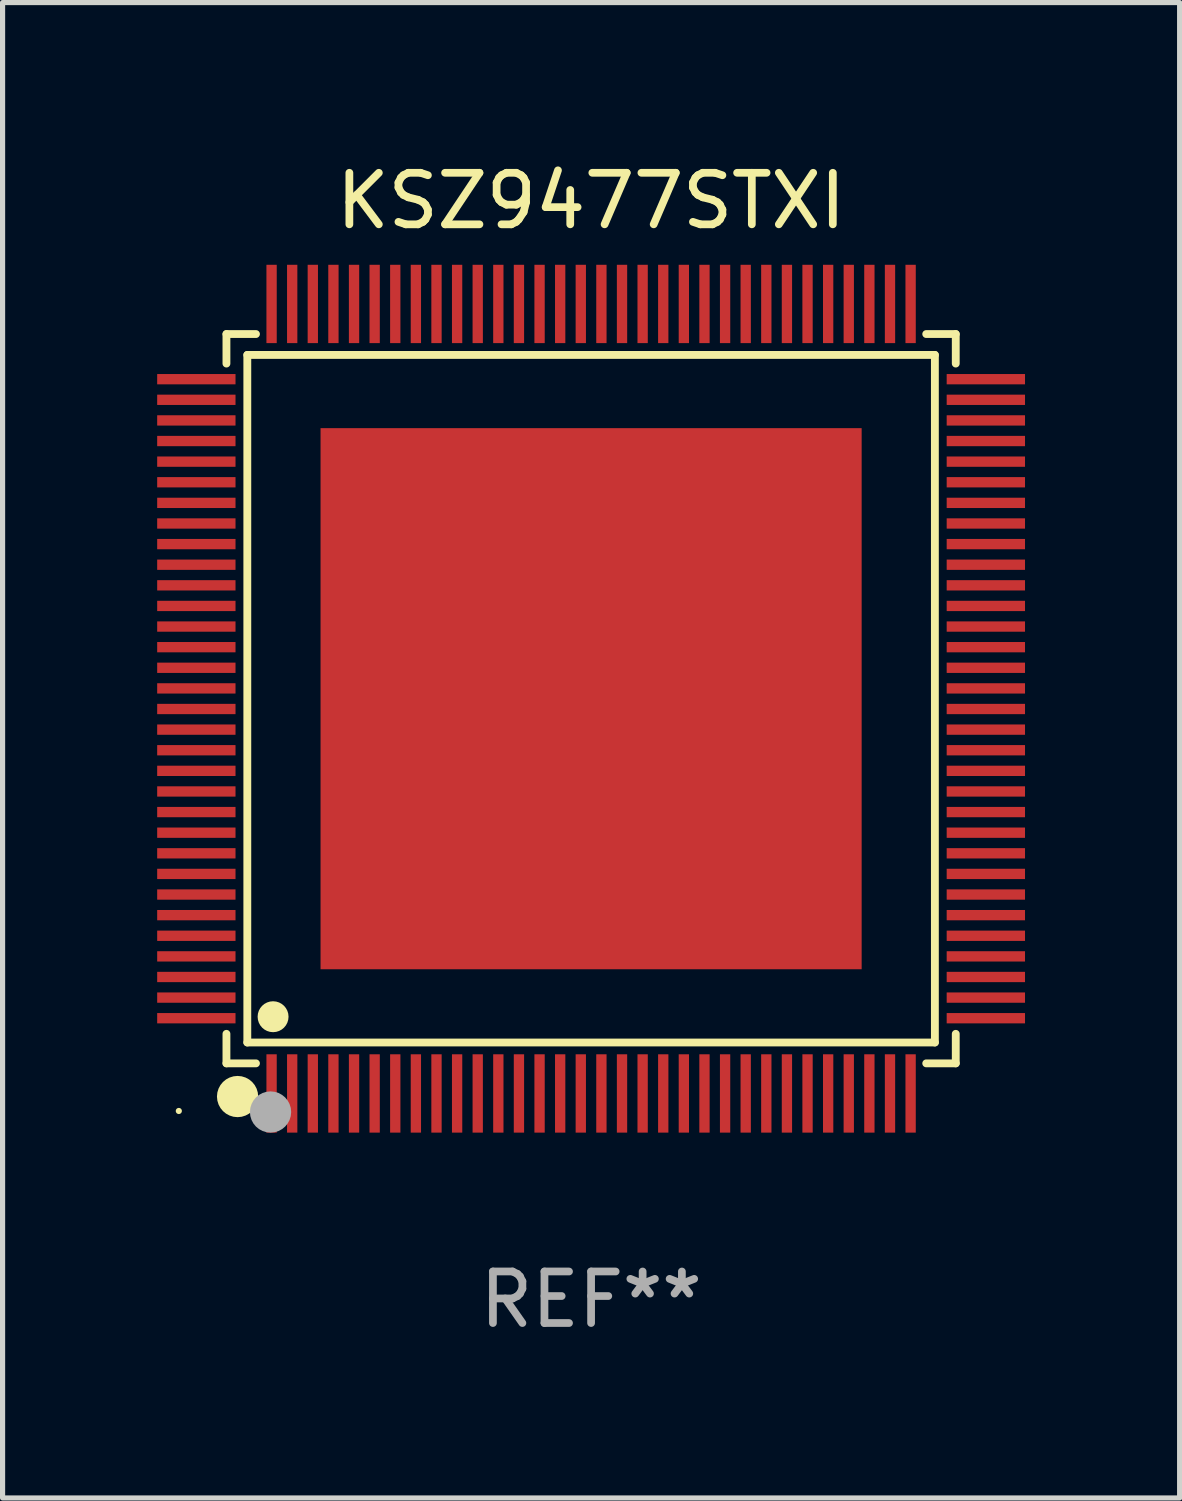
<source format=kicad_pcb>
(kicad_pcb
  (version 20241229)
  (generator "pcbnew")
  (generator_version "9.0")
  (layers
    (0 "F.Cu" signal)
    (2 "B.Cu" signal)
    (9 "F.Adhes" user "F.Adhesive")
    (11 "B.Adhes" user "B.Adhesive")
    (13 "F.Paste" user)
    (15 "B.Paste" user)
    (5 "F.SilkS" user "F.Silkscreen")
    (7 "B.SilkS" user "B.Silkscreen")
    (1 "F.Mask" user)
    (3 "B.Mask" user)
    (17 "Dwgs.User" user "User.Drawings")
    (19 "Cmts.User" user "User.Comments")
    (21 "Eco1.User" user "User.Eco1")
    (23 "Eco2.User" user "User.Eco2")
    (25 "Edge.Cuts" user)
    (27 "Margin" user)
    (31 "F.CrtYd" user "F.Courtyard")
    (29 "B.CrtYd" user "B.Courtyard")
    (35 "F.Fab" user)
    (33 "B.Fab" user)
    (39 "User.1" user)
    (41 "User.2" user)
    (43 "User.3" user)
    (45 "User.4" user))
  (footprint "KSZ9477STXI"
    (layer "F.Cu")
    (at 8.42 10.508)
    (property "Reference" "KSZ9477STXI" (at 0 -9.66 0) (layer "F.SilkS") (effects (font (size 1 1) (thickness 0.15))))
    (attr through_hole)
    (fp_line (start -7.076 -7.076) (end -6.503 -7.076) (stroke (width 0.152) (type solid)) (layer "F.SilkS"))
    (fp_line (start -7.076 -6.503) (end -7.076 -7.076) (stroke (width 0.152) (type solid)) (layer "F.SilkS"))
    (fp_line (start -7.076 6.503) (end -7.076 7.076) (stroke (width 0.152) (type solid)) (layer "F.SilkS"))
    (fp_line (start -7.076 7.076) (end -6.503 7.076) (stroke (width 0.152) (type solid)) (layer "F.SilkS"))
    (fp_line (start -6.671 -6.671) (end 6.671 -6.671) (stroke (width 0.152) (type solid)) (layer "F.SilkS"))
    (fp_line (start -6.671 6.671) (end -6.671 -6.671) (stroke (width 0.152) (type solid)) (layer "F.SilkS"))
    (fp_line (start 6.671 -6.671) (end 6.671 6.671) (stroke (width 0.152) (type solid)) (layer "F.SilkS"))
    (fp_line (start 6.671 6.671) (end -6.671 6.671) (stroke (width 0.152) (type solid)) (layer "F.SilkS"))
    (fp_line (start 7.076 -7.076) (end 6.503 -7.076) (stroke (width 0.152) (type solid)) (layer "F.SilkS"))
    (fp_line (start 7.076 -6.503) (end 7.076 -7.076) (stroke (width 0.152) (type solid)) (layer "F.SilkS"))
    (fp_line (start 7.076 6.503) (end 7.076 7.076) (stroke (width 0.152) (type solid)) (layer "F.SilkS"))
    (fp_line (start 7.076 7.076) (end 6.503 7.076) (stroke (width 0.152) (type solid)) (layer "F.SilkS"))
    (fp_circle (center -8 8) (end -7.97 8) (stroke (width 0.06) (type solid)) (fill no) (layer "F.SilkS"))
    (fp_circle (center -6.86 7.72) (end -6.66 7.72) (stroke (width 0.4) (type solid)) (fill no) (layer "F.SilkS"))
    (fp_circle (center -6.171 6.171) (end -6.021 6.171) (stroke (width 0.3) (type solid)) (fill no) (layer "F.SilkS"))
    (fp_circle (center -6.22 8.02) (end -6.02 8.02) (stroke (width 0.4) (type solid)) (fill no) (layer "F.Fab"))
    (fp_text user "REF**" (at 0 11.66 0) (layer "F.Fab") (effects (font (size 1 1) (thickness 0.15))))
    (pad "1" smd rect (at -6.2 7.66) (size 0.2 1.52) (layers "F.Cu" "F.Mask" "F.Paste"))
    (pad "2" smd rect (at -5.8 7.66) (size 0.2 1.52) (layers "F.Cu" "F.Mask" "F.Paste"))
    (pad "3" smd rect (at -5.4 7.66) (size 0.2 1.52) (layers "F.Cu" "F.Mask" "F.Paste"))
    (pad "4" smd rect (at -5 7.66) (size 0.2 1.52) (layers "F.Cu" "F.Mask" "F.Paste"))
    (pad "5" smd rect (at -4.6 7.66) (size 0.2 1.52) (layers "F.Cu" "F.Mask" "F.Paste"))
    (pad "6" smd rect (at -4.2 7.66) (size 0.2 1.52) (layers "F.Cu" "F.Mask" "F.Paste"))
    (pad "7" smd rect (at -3.8 7.66) (size 0.2 1.52) (layers "F.Cu" "F.Mask" "F.Paste"))
    (pad "8" smd rect (at -3.4 7.66) (size 0.2 1.52) (layers "F.Cu" "F.Mask" "F.Paste"))
    (pad "9" smd rect (at -3 7.66) (size 0.2 1.52) (layers "F.Cu" "F.Mask" "F.Paste"))
    (pad "10" smd rect (at -2.6 7.66) (size 0.2 1.52) (layers "F.Cu" "F.Mask" "F.Paste"))
    (pad "11" smd rect (at -2.2 7.66) (size 0.2 1.52) (layers "F.Cu" "F.Mask" "F.Paste"))
    (pad "12" smd rect (at -1.8 7.66) (size 0.2 1.52) (layers "F.Cu" "F.Mask" "F.Paste"))
    (pad "13" smd rect (at -1.4 7.66) (size 0.2 1.52) (layers "F.Cu" "F.Mask" "F.Paste"))
    (pad "14" smd rect (at -1 7.66) (size 0.2 1.52) (layers "F.Cu" "F.Mask" "F.Paste"))
    (pad "15" smd rect (at -0.6 7.66) (size 0.2 1.52) (layers "F.Cu" "F.Mask" "F.Paste"))
    (pad "16" smd rect (at -0.2 7.66) (size 0.2 1.52) (layers "F.Cu" "F.Mask" "F.Paste"))
    (pad "17" smd rect (at 0.2 7.66) (size 0.2 1.52) (layers "F.Cu" "F.Mask" "F.Paste"))
    (pad "18" smd rect (at 0.6 7.66) (size 0.2 1.52) (layers "F.Cu" "F.Mask" "F.Paste"))
    (pad "19" smd rect (at 1 7.66) (size 0.2 1.52) (layers "F.Cu" "F.Mask" "F.Paste"))
    (pad "20" smd rect (at 1.4 7.66) (size 0.2 1.52) (layers "F.Cu" "F.Mask" "F.Paste"))
    (pad "21" smd rect (at 1.8 7.66) (size 0.2 1.52) (layers "F.Cu" "F.Mask" "F.Paste"))
    (pad "22" smd rect (at 2.2 7.66) (size 0.2 1.52) (layers "F.Cu" "F.Mask" "F.Paste"))
    (pad "23" smd rect (at 2.6 7.66) (size 0.2 1.52) (layers "F.Cu" "F.Mask" "F.Paste"))
    (pad "24" smd rect (at 3 7.66) (size 0.2 1.52) (layers "F.Cu" "F.Mask" "F.Paste"))
    (pad "25" smd rect (at 3.4 7.66) (size 0.2 1.52) (layers "F.Cu" "F.Mask" "F.Paste"))
    (pad "26" smd rect (at 3.8 7.66) (size 0.2 1.52) (layers "F.Cu" "F.Mask" "F.Paste"))
    (pad "27" smd rect (at 4.2 7.66) (size 0.2 1.52) (layers "F.Cu" "F.Mask" "F.Paste"))
    (pad "28" smd rect (at 4.6 7.66) (size 0.2 1.52) (layers "F.Cu" "F.Mask" "F.Paste"))
    (pad "29" smd rect (at 5 7.66) (size 0.2 1.52) (layers "F.Cu" "F.Mask" "F.Paste"))
    (pad "30" smd rect (at 5.4 7.66) (size 0.2 1.52) (layers "F.Cu" "F.Mask" "F.Paste"))
    (pad "31" smd rect (at 5.8 7.66) (size 0.2 1.52) (layers "F.Cu" "F.Mask" "F.Paste"))
    (pad "32" smd rect (at 6.2 7.66) (size 0.2 1.52) (layers "F.Cu" "F.Mask" "F.Paste"))
    (pad "33" smd rect (at 7.66 6.2) (size 1.52 0.2) (layers "F.Cu" "F.Mask" "F.Paste"))
    (pad "34" smd rect (at 7.66 5.8) (size 1.52 0.2) (layers "F.Cu" "F.Mask" "F.Paste"))
    (pad "35" smd rect (at 7.66 5.4) (size 1.52 0.2) (layers "F.Cu" "F.Mask" "F.Paste"))
    (pad "36" smd rect (at 7.66 5) (size 1.52 0.2) (layers "F.Cu" "F.Mask" "F.Paste"))
    (pad "37" smd rect (at 7.66 4.6) (size 1.52 0.2) (layers "F.Cu" "F.Mask" "F.Paste"))
    (pad "38" smd rect (at 7.66 4.2) (size 1.52 0.2) (layers "F.Cu" "F.Mask" "F.Paste"))
    (pad "39" smd rect (at 7.66 3.8) (size 1.52 0.2) (layers "F.Cu" "F.Mask" "F.Paste"))
    (pad "40" smd rect (at 7.66 3.4) (size 1.52 0.2) (layers "F.Cu" "F.Mask" "F.Paste"))
    (pad "41" smd rect (at 7.66 3) (size 1.52 0.2) (layers "F.Cu" "F.Mask" "F.Paste"))
    (pad "42" smd rect (at 7.66 2.6) (size 1.52 0.2) (layers "F.Cu" "F.Mask" "F.Paste"))
    (pad "43" smd rect (at 7.66 2.2) (size 1.52 0.2) (layers "F.Cu" "F.Mask" "F.Paste"))
    (pad "44" smd rect (at 7.66 1.8) (size 1.52 0.2) (layers "F.Cu" "F.Mask" "F.Paste"))
    (pad "45" smd rect (at 7.66 1.4) (size 1.52 0.2) (layers "F.Cu" "F.Mask" "F.Paste"))
    (pad "46" smd rect (at 7.66 1) (size 1.52 0.2) (layers "F.Cu" "F.Mask" "F.Paste"))
    (pad "47" smd rect (at 7.66 0.6) (size 1.52 0.2) (layers "F.Cu" "F.Mask" "F.Paste"))
    (pad "48" smd rect (at 7.66 0.2) (size 1.52 0.2) (layers "F.Cu" "F.Mask" "F.Paste"))
    (pad "49" smd rect (at 7.66 -0.2) (size 1.52 0.2) (layers "F.Cu" "F.Mask" "F.Paste"))
    (pad "50" smd rect (at 7.66 -0.6) (size 1.52 0.2) (layers "F.Cu" "F.Mask" "F.Paste"))
    (pad "51" smd rect (at 7.66 -1) (size 1.52 0.2) (layers "F.Cu" "F.Mask" "F.Paste"))
    (pad "52" smd rect (at 7.66 -1.4) (size 1.52 0.2) (layers "F.Cu" "F.Mask" "F.Paste"))
    (pad "53" smd rect (at 7.66 -1.8) (size 1.52 0.2) (layers "F.Cu" "F.Mask" "F.Paste"))
    (pad "54" smd rect (at 7.66 -2.2) (size 1.52 0.2) (layers "F.Cu" "F.Mask" "F.Paste"))
    (pad "55" smd rect (at 7.66 -2.6) (size 1.52 0.2) (layers "F.Cu" "F.Mask" "F.Paste"))
    (pad "56" smd rect (at 7.66 -3) (size 1.52 0.2) (layers "F.Cu" "F.Mask" "F.Paste"))
    (pad "57" smd rect (at 7.66 -3.4) (size 1.52 0.2) (layers "F.Cu" "F.Mask" "F.Paste"))
    (pad "58" smd rect (at 7.66 -3.8) (size 1.52 0.2) (layers "F.Cu" "F.Mask" "F.Paste"))
    (pad "59" smd rect (at 7.66 -4.2) (size 1.52 0.2) (layers "F.Cu" "F.Mask" "F.Paste"))
    (pad "60" smd rect (at 7.66 -4.6) (size 1.52 0.2) (layers "F.Cu" "F.Mask" "F.Paste"))
    (pad "61" smd rect (at 7.66 -5) (size 1.52 0.2) (layers "F.Cu" "F.Mask" "F.Paste"))
    (pad "62" smd rect (at 7.66 -5.4) (size 1.52 0.2) (layers "F.Cu" "F.Mask" "F.Paste"))
    (pad "63" smd rect (at 7.66 -5.8) (size 1.52 0.2) (layers "F.Cu" "F.Mask" "F.Paste"))
    (pad "64" smd rect (at 7.66 -6.2) (size 1.52 0.2) (layers "F.Cu" "F.Mask" "F.Paste"))
    (pad "65" smd rect (at 6.2 -7.66) (size 0.2 1.52) (layers "F.Cu" "F.Mask" "F.Paste"))
    (pad "66" smd rect (at 5.8 -7.66) (size 0.2 1.52) (layers "F.Cu" "F.Mask" "F.Paste"))
    (pad "67" smd rect (at 5.4 -7.66) (size 0.2 1.52) (layers "F.Cu" "F.Mask" "F.Paste"))
    (pad "68" smd rect (at 5 -7.66) (size 0.2 1.52) (layers "F.Cu" "F.Mask" "F.Paste"))
    (pad "69" smd rect (at 4.6 -7.66) (size 0.2 1.52) (layers "F.Cu" "F.Mask" "F.Paste"))
    (pad "70" smd rect (at 4.2 -7.66) (size 0.2 1.52) (layers "F.Cu" "F.Mask" "F.Paste"))
    (pad "71" smd rect (at 3.8 -7.66) (size 0.2 1.52) (layers "F.Cu" "F.Mask" "F.Paste"))
    (pad "72" smd rect (at 3.4 -7.66) (size 0.2 1.52) (layers "F.Cu" "F.Mask" "F.Paste"))
    (pad "73" smd rect (at 3 -7.66) (size 0.2 1.52) (layers "F.Cu" "F.Mask" "F.Paste"))
    (pad "74" smd rect (at 2.6 -7.66) (size 0.2 1.52) (layers "F.Cu" "F.Mask" "F.Paste"))
    (pad "75" smd rect (at 2.2 -7.66) (size 0.2 1.52) (layers "F.Cu" "F.Mask" "F.Paste"))
    (pad "76" smd rect (at 1.8 -7.66) (size 0.2 1.52) (layers "F.Cu" "F.Mask" "F.Paste"))
    (pad "77" smd rect (at 1.4 -7.66) (size 0.2 1.52) (layers "F.Cu" "F.Mask" "F.Paste"))
    (pad "78" smd rect (at 1 -7.66) (size 0.2 1.52) (layers "F.Cu" "F.Mask" "F.Paste"))
    (pad "79" smd rect (at 0.6 -7.66) (size 0.2 1.52) (layers "F.Cu" "F.Mask" "F.Paste"))
    (pad "80" smd rect (at 0.2 -7.66) (size 0.2 1.52) (layers "F.Cu" "F.Mask" "F.Paste"))
    (pad "81" smd rect (at -0.2 -7.66) (size 0.2 1.52) (layers "F.Cu" "F.Mask" "F.Paste"))
    (pad "82" smd rect (at -0.6 -7.66) (size 0.2 1.52) (layers "F.Cu" "F.Mask" "F.Paste"))
    (pad "83" smd rect (at -1 -7.66) (size 0.2 1.52) (layers "F.Cu" "F.Mask" "F.Paste"))
    (pad "84" smd rect (at -1.4 -7.66) (size 0.2 1.52) (layers "F.Cu" "F.Mask" "F.Paste"))
    (pad "85" smd rect (at -1.8 -7.66) (size 0.2 1.52) (layers "F.Cu" "F.Mask" "F.Paste"))
    (pad "86" smd rect (at -2.2 -7.66) (size 0.2 1.52) (layers "F.Cu" "F.Mask" "F.Paste"))
    (pad "87" smd rect (at -2.6 -7.66) (size 0.2 1.52) (layers "F.Cu" "F.Mask" "F.Paste"))
    (pad "88" smd rect (at -3 -7.66) (size 0.2 1.52) (layers "F.Cu" "F.Mask" "F.Paste"))
    (pad "89" smd rect (at -3.4 -7.66) (size 0.2 1.52) (layers "F.Cu" "F.Mask" "F.Paste"))
    (pad "90" smd rect (at -3.8 -7.66) (size 0.2 1.52) (layers "F.Cu" "F.Mask" "F.Paste"))
    (pad "91" smd rect (at -4.2 -7.66) (size 0.2 1.52) (layers "F.Cu" "F.Mask" "F.Paste"))
    (pad "92" smd rect (at -4.6 -7.66) (size 0.2 1.52) (layers "F.Cu" "F.Mask" "F.Paste"))
    (pad "93" smd rect (at -5 -7.66) (size 0.2 1.52) (layers "F.Cu" "F.Mask" "F.Paste"))
    (pad "94" smd rect (at -5.4 -7.66) (size 0.2 1.52) (layers "F.Cu" "F.Mask" "F.Paste"))
    (pad "95" smd rect (at -5.8 -7.66) (size 0.2 1.52) (layers "F.Cu" "F.Mask" "F.Paste"))
    (pad "96" smd rect (at -6.2 -7.66) (size 0.2 1.52) (layers "F.Cu" "F.Mask" "F.Paste"))
    (pad "97" smd rect (at -7.66 -6.2) (size 1.52 0.2) (layers "F.Cu" "F.Mask" "F.Paste"))
    (pad "98" smd rect (at -7.66 -5.8) (size 1.52 0.2) (layers "F.Cu" "F.Mask" "F.Paste"))
    (pad "99" smd rect (at -7.66 -5.4) (size 1.52 0.2) (layers "F.Cu" "F.Mask" "F.Paste"))
    (pad "100" smd rect (at -7.66 -5) (size 1.52 0.2) (layers "F.Cu" "F.Mask" "F.Paste"))
    (pad "101" smd rect (at -7.66 -4.6) (size 1.52 0.2) (layers "F.Cu" "F.Mask" "F.Paste"))
    (pad "102" smd rect (at -7.66 -4.2) (size 1.52 0.2) (layers "F.Cu" "F.Mask" "F.Paste"))
    (pad "103" smd rect (at -7.66 -3.8) (size 1.52 0.2) (layers "F.Cu" "F.Mask" "F.Paste"))
    (pad "104" smd rect (at -7.66 -3.4) (size 1.52 0.2) (layers "F.Cu" "F.Mask" "F.Paste"))
    (pad "105" smd rect (at -7.66 -3) (size 1.52 0.2) (layers "F.Cu" "F.Mask" "F.Paste"))
    (pad "106" smd rect (at -7.66 -2.6) (size 1.52 0.2) (layers "F.Cu" "F.Mask" "F.Paste"))
    (pad "107" smd rect (at -7.66 -2.2) (size 1.52 0.2) (layers "F.Cu" "F.Mask" "F.Paste"))
    (pad "108" smd rect (at -7.66 -1.8) (size 1.52 0.2) (layers "F.Cu" "F.Mask" "F.Paste"))
    (pad "109" smd rect (at -7.66 -1.4) (size 1.52 0.2) (layers "F.Cu" "F.Mask" "F.Paste"))
    (pad "110" smd rect (at -7.66 -1) (size 1.52 0.2) (layers "F.Cu" "F.Mask" "F.Paste"))
    (pad "111" smd rect (at -7.66 -0.6) (size 1.52 0.2) (layers "F.Cu" "F.Mask" "F.Paste"))
    (pad "112" smd rect (at -7.66 -0.2) (size 1.52 0.2) (layers "F.Cu" "F.Mask" "F.Paste"))
    (pad "113" smd rect (at -7.66 0.2) (size 1.52 0.2) (layers "F.Cu" "F.Mask" "F.Paste"))
    (pad "114" smd rect (at -7.66 0.6) (size 1.52 0.2) (layers "F.Cu" "F.Mask" "F.Paste"))
    (pad "115" smd rect (at -7.66 1) (size 1.52 0.2) (layers "F.Cu" "F.Mask" "F.Paste"))
    (pad "116" smd rect (at -7.66 1.4) (size 1.52 0.2) (layers "F.Cu" "F.Mask" "F.Paste"))
    (pad "117" smd rect (at -7.66 1.8) (size 1.52 0.2) (layers "F.Cu" "F.Mask" "F.Paste"))
    (pad "118" smd rect (at -7.66 2.2) (size 1.52 0.2) (layers "F.Cu" "F.Mask" "F.Paste"))
    (pad "119" smd rect (at -7.66 2.6) (size 1.52 0.2) (layers "F.Cu" "F.Mask" "F.Paste"))
    (pad "120" smd rect (at -7.66 3) (size 1.52 0.2) (layers "F.Cu" "F.Mask" "F.Paste"))
    (pad "121" smd rect (at -7.66 3.4) (size 1.52 0.2) (layers "F.Cu" "F.Mask" "F.Paste"))
    (pad "122" smd rect (at -7.66 3.8) (size 1.52 0.2) (layers "F.Cu" "F.Mask" "F.Paste"))
    (pad "123" smd rect (at -7.66 4.2) (size 1.52 0.2) (layers "F.Cu" "F.Mask" "F.Paste"))
    (pad "124" smd rect (at -7.66 4.6) (size 1.52 0.2) (layers "F.Cu" "F.Mask" "F.Paste"))
    (pad "125" smd rect (at -7.66 5) (size 1.52 0.2) (layers "F.Cu" "F.Mask" "F.Paste"))
    (pad "126" smd rect (at -7.66 5.4) (size 1.52 0.2) (layers "F.Cu" "F.Mask" "F.Paste"))
    (pad "127" smd rect (at -7.66 5.8) (size 1.52 0.2) (layers "F.Cu" "F.Mask" "F.Paste"))
    (pad "128" smd rect (at -7.66 6.2) (size 1.52 0.2) (layers "F.Cu" "F.Mask" "F.Paste"))
    (pad "129" smd rect (at 0 0) (size 10.5 10.5) (layers "F.Cu" "F.Mask" "F.Paste")))
  (gr_rect
    (start -3 -3)
    (end 19.84 26.017)
    (stroke (width 0.1) (type default))
    (fill no)
    (layer "Edge.Cuts")))
</source>
